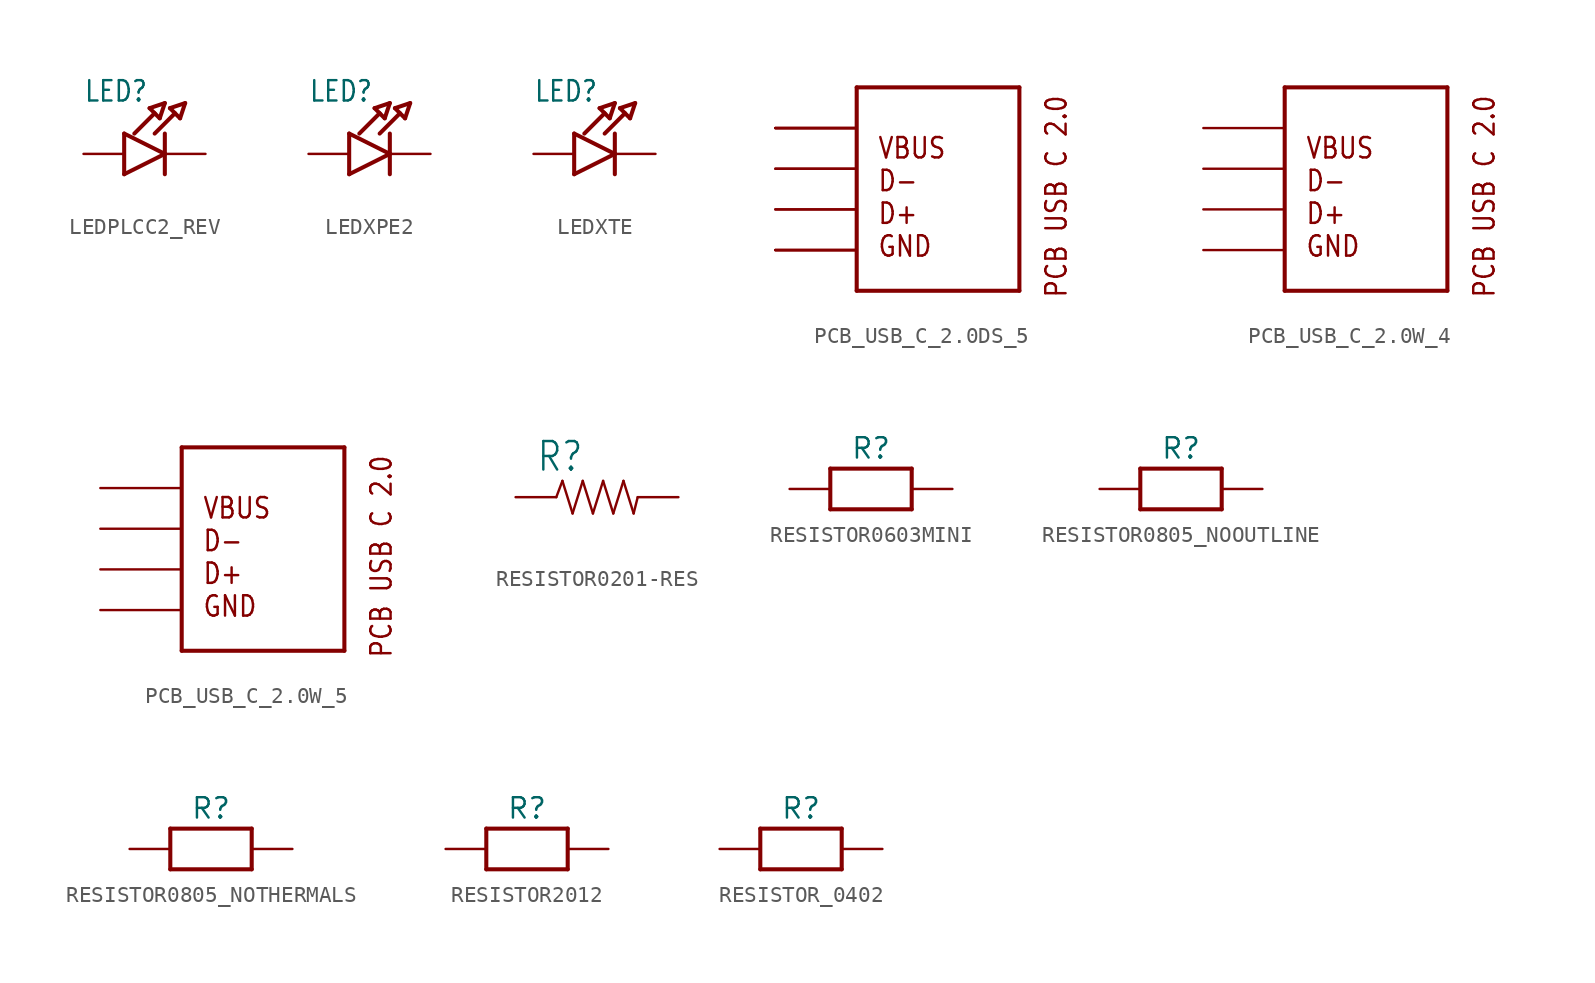
<source format=kicad_sym>
(kicad_symbol_lib
  (version 20231120)
  (generator "kicad_symbol_editor")
  (generator_version "8.0")
  (symbol "LEDPLCC2_REV"
    (property "Reference" "LED"
      (at -5.08 3.175 0)
      (effects (font (size 1.27 1.079)) (justify left bottom)))
    (property "Value" ""
      (at -5.08 -2.794 0)
      (effects (font (size 1.27 1.079)) (justify left bottom)))
    (property "ki_locked" ""
      (at 0 0 0)
      (effects (font (size 1.27 1.27))))
    (symbol "LEDPLCC2_REV_1_0"
      (polyline (pts (xy -2.54 -1.27) (xy 0 0)) (stroke (width 0.254) (type solid)) (fill (type none)))
      (polyline (pts (xy -2.54 1.27) (xy -2.54 -1.27)) (stroke (width 0.254) (type solid)) (fill (type none)))
      (polyline (pts (xy -1.905 1.27) (xy -0.635 2.54)) (stroke (width 0.254) (type solid)) (fill (type none)))
      (polyline (pts (xy -0.953 2.857) (xy -0.318 2.223)) (stroke (width 0.254) (type solid)) (fill (type none)))
      (polyline (pts (xy -0.635 1.27) (xy 0.635 2.54)) (stroke (width 0.254) (type solid)) (fill (type none)))
      (polyline (pts (xy -0.318 2.223) (xy 0 3.175)) (stroke (width 0.254) (type solid)) (fill (type none)))
      (polyline (pts (xy 0 0) (xy -2.54 1.27)) (stroke (width 0.254) (type solid)) (fill (type none)))
      (polyline (pts (xy 0 0) (xy 0 -1.27)) (stroke (width 0.254) (type solid)) (fill (type none)))
      (polyline (pts (xy 0 1.27) (xy 0 0)) (stroke (width 0.254) (type solid)) (fill (type none)))
      (polyline (pts (xy 0 3.175) (xy -0.953 2.857)) (stroke (width 0.254) (type solid)) (fill (type none)))
      (polyline (pts (xy 0.318 2.857) (xy 0.953 2.223)) (stroke (width 0.254) (type solid)) (fill (type none)))
      (polyline (pts (xy 0.953 2.223) (xy 1.27 3.175)) (stroke (width 0.254) (type solid)) (fill (type none)))
      (polyline (pts (xy 1.27 3.175) (xy 0.318 2.857)) (stroke (width 0.254) (type solid)) (fill (type none)))
      (pin passive line (at -5.08 0 0) (length 2.54) (name "A" (effects (font (size 0 0)))) (number "A" (effects (font (size 0 0)))))
      (pin passive line (at 2.54 0 180) (length 2.54) (name "C" (effects (font (size 0 0)))) (number "K" (effects (font (size 0 0)))))))
  (symbol "LEDXPE2"
    (property "Reference" "LED"
      (at -5.08 3.175 0)
      (effects (font (size 1.27 1.079)) (justify left bottom)))
    (property "Value" ""
      (at -5.08 -2.794 0)
      (effects (font (size 1.27 1.079)) (justify left bottom)))
    (property "ki_locked" ""
      (at 0 0 0)
      (effects (font (size 1.27 1.27))))
    (symbol "LEDXPE2_1_0"
      (polyline (pts (xy -2.54 -1.27) (xy 0 0)) (stroke (width 0.254) (type solid)) (fill (type none)))
      (polyline (pts (xy -2.54 1.27) (xy -2.54 -1.27)) (stroke (width 0.254) (type solid)) (fill (type none)))
      (polyline (pts (xy -1.905 1.27) (xy -0.635 2.54)) (stroke (width 0.254) (type solid)) (fill (type none)))
      (polyline (pts (xy -0.953 2.857) (xy -0.318 2.223)) (stroke (width 0.254) (type solid)) (fill (type none)))
      (polyline (pts (xy -0.635 1.27) (xy 0.635 2.54)) (stroke (width 0.254) (type solid)) (fill (type none)))
      (polyline (pts (xy -0.318 2.223) (xy 0 3.175)) (stroke (width 0.254) (type solid)) (fill (type none)))
      (polyline (pts (xy 0 0) (xy -2.54 1.27)) (stroke (width 0.254) (type solid)) (fill (type none)))
      (polyline (pts (xy 0 0) (xy 0 -1.27)) (stroke (width 0.254) (type solid)) (fill (type none)))
      (polyline (pts (xy 0 1.27) (xy 0 0)) (stroke (width 0.254) (type solid)) (fill (type none)))
      (polyline (pts (xy 0 3.175) (xy -0.953 2.857)) (stroke (width 0.254) (type solid)) (fill (type none)))
      (polyline (pts (xy 0.318 2.857) (xy 0.953 2.223)) (stroke (width 0.254) (type solid)) (fill (type none)))
      (polyline (pts (xy 0.953 2.223) (xy 1.27 3.175)) (stroke (width 0.254) (type solid)) (fill (type none)))
      (polyline (pts (xy 1.27 3.175) (xy 0.318 2.857)) (stroke (width 0.254) (type solid)) (fill (type none)))
      (pin passive line (at -5.08 0 0) (length 2.54) (name "A" (effects (font (size 0 0)))) (number "ANODE" (effects (font (size 0 0)))))
      (pin passive line (at 2.54 0 180) (length 2.54) (name "C" (effects (font (size 0 0)))) (number "CATHODE" (effects (font (size 0 0)))))))
  (symbol "LEDXTE"
    (property "Reference" "LED"
      (at -5.08 3.175 0)
      (effects (font (size 1.27 1.079)) (justify left bottom)))
    (property "Value" ""
      (at -5.08 -2.794 0)
      (effects (font (size 1.27 1.079)) (justify left bottom)))
    (property "ki_locked" ""
      (at 0 0 0)
      (effects (font (size 1.27 1.27))))
    (symbol "LEDXTE_1_0"
      (polyline (pts (xy -2.54 -1.27) (xy 0 0)) (stroke (width 0.254) (type solid)) (fill (type none)))
      (polyline (pts (xy -2.54 1.27) (xy -2.54 -1.27)) (stroke (width 0.254) (type solid)) (fill (type none)))
      (polyline (pts (xy -1.905 1.27) (xy -0.635 2.54)) (stroke (width 0.254) (type solid)) (fill (type none)))
      (polyline (pts (xy -0.953 2.857) (xy -0.318 2.223)) (stroke (width 0.254) (type solid)) (fill (type none)))
      (polyline (pts (xy -0.635 1.27) (xy 0.635 2.54)) (stroke (width 0.254) (type solid)) (fill (type none)))
      (polyline (pts (xy -0.318 2.223) (xy 0 3.175)) (stroke (width 0.254) (type solid)) (fill (type none)))
      (polyline (pts (xy 0 0) (xy -2.54 1.27)) (stroke (width 0.254) (type solid)) (fill (type none)))
      (polyline (pts (xy 0 0) (xy 0 -1.27)) (stroke (width 0.254) (type solid)) (fill (type none)))
      (polyline (pts (xy 0 1.27) (xy 0 0)) (stroke (width 0.254) (type solid)) (fill (type none)))
      (polyline (pts (xy 0 3.175) (xy -0.953 2.857)) (stroke (width 0.254) (type solid)) (fill (type none)))
      (polyline (pts (xy 0.318 2.857) (xy 0.953 2.223)) (stroke (width 0.254) (type solid)) (fill (type none)))
      (polyline (pts (xy 0.953 2.223) (xy 1.27 3.175)) (stroke (width 0.254) (type solid)) (fill (type none)))
      (polyline (pts (xy 1.27 3.175) (xy 0.318 2.857)) (stroke (width 0.254) (type solid)) (fill (type none)))
      (pin passive line (at -5.08 0 0) (length 2.54) (name "A" (effects (font (size 0 0)))) (number "ANODE" (effects (font (size 0 0)))))
      (pin passive line (at 2.54 0 180) (length 2.54) (name "C" (effects (font (size 0 0)))) (number "CATHODE" (effects (font (size 0 0)))))))
  (symbol "PCB_USB_C_2.0DS_5"
    (property "Reference" ""
      (at -1.778 5.842 0)
      (effects (font (size 1.27 1.079)) (justify left bottom) (hide yes)))
    (property "ki_locked" ""
      (at 0 0 0)
      (effects (font (size 1.27 1.27))))
    (symbol "PCB_USB_C_2.0DS_5_1_0"
      (polyline (pts (xy -2.54 -7.62) (xy 7.62 -7.62)) (stroke (width 0.254) (type solid)) (fill (type none)))
      (polyline (pts (xy -2.54 5.08) (xy -2.54 -7.62)) (stroke (width 0.254) (type solid)) (fill (type none)))
      (polyline (pts (xy -2.54 5.08) (xy 7.62 5.08)) (stroke (width 0.254) (type solid)) (fill (type none)))
      (polyline (pts (xy 7.62 -7.62) (xy 7.62 5.08)) (stroke (width 0.254) (type solid)) (fill (type none)))
      (text "PCB USB C 2.0" (at 10.668 -8.128 900) (effects (font (size 1.27 1.079)) (justify left bottom)))
      (text "VBUS\nD-\nD+\nGND" (at -1.27 -5.588 0) (effects (font (size 1.27 1.079)) (justify left bottom)))
      (pin bidirectional line (at -7.62 -5.08 0) (length 5.08) (name "GND" (effects (font (size 0 0)))) (number "A1" (effects (font (size 0 0)))))
      (pin bidirectional line (at -7.62 -5.08 0) (length 5.08) (name "GND" (effects (font (size 0 0)))) (number "A12" (effects (font (size 0 0)))))
      (pin bidirectional line (at -7.62 2.54 0) (length 5.08) (name "VBUS" (effects (font (size 0 0)))) (number "A4" (effects (font (size 0 0)))))
      (pin bidirectional line (at -7.62 -2.54 0) (length 5.08) (name "D+" (effects (font (size 0 0)))) (number "A6" (effects (font (size 0 0)))))
      (pin bidirectional line (at -7.62 0 0) (length 5.08) (name "D-" (effects (font (size 0 0)))) (number "A7" (effects (font (size 0 0)))))
      (pin bidirectional line (at -7.62 2.54 0) (length 5.08) (name "VBUS" (effects (font (size 0 0)))) (number "A9" (effects (font (size 0 0)))))
      (pin bidirectional line (at -7.62 -5.08 0) (length 5.08) (name "GND" (effects (font (size 0 0)))) (number "B1" (effects (font (size 0 0)))))
      (pin bidirectional line (at -7.62 -5.08 0) (length 5.08) (name "GND" (effects (font (size 0 0)))) (number "B12" (effects (font (size 0 0)))))
      (pin bidirectional line (at -7.62 2.54 0) (length 5.08) (name "VBUS" (effects (font (size 0 0)))) (number "B4" (effects (font (size 0 0)))))
      (pin bidirectional line (at -7.62 -2.54 0) (length 5.08) (name "D+" (effects (font (size 0 0)))) (number "B6" (effects (font (size 0 0)))))
      (pin bidirectional line (at -7.62 0 0) (length 5.08) (name "D-" (effects (font (size 0 0)))) (number "B7" (effects (font (size 0 0)))))
      (pin bidirectional line (at -7.62 2.54 0) (length 5.08) (name "VBUS" (effects (font (size 0 0)))) (number "B9" (effects (font (size 0 0)))))))
  (symbol "PCB_USB_C_2.0W_4"
    (property "Reference" ""
      (at -1.778 5.842 0)
      (effects (font (size 1.27 1.079)) (justify left bottom) (hide yes)))
    (property "ki_locked" ""
      (at 0 0 0)
      (effects (font (size 1.27 1.27))))
    (symbol "PCB_USB_C_2.0W_4_1_0"
      (polyline (pts (xy -2.54 -7.62) (xy 7.62 -7.62)) (stroke (width 0.254) (type solid)) (fill (type none)))
      (polyline (pts (xy -2.54 5.08) (xy -2.54 -7.62)) (stroke (width 0.254) (type solid)) (fill (type none)))
      (polyline (pts (xy -2.54 5.08) (xy 7.62 5.08)) (stroke (width 0.254) (type solid)) (fill (type none)))
      (polyline (pts (xy 7.62 -7.62) (xy 7.62 5.08)) (stroke (width 0.254) (type solid)) (fill (type none)))
      (text "PCB USB C 2.0" (at 10.668 -8.128 900) (effects (font (size 1.27 1.079)) (justify left bottom)))
      (text "VBUS\nD-\nD+\nGND" (at -1.27 -5.588 0) (effects (font (size 1.27 1.079)) (justify left bottom)))
      (pin bidirectional line (at -7.62 -2.54 0) (length 5.08) (name "D+" (effects (font (size 0 0)))) (number "D+" (effects (font (size 0 0)))))
      (pin bidirectional line (at -7.62 0 0) (length 5.08) (name "D-" (effects (font (size 0 0)))) (number "D-" (effects (font (size 0 0)))))
      (pin bidirectional line (at -7.62 -5.08 0) (length 5.08) (name "GND" (effects (font (size 0 0)))) (number "GND" (effects (font (size 0 0)))))
      (pin bidirectional line (at -7.62 2.54 0) (length 5.08) (name "VBUS" (effects (font (size 0 0)))) (number "VBUS" (effects (font (size 0 0)))))))
  (symbol "PCB_USB_C_2.0W_5"
    (property "Reference" ""
      (at -1.778 5.842 0)
      (effects (font (size 1.27 1.079)) (justify left bottom) (hide yes)))
    (property "ki_locked" ""
      (at 0 0 0)
      (effects (font (size 1.27 1.27))))
    (symbol "PCB_USB_C_2.0W_5_1_0"
      (polyline (pts (xy -2.54 -7.62) (xy 7.62 -7.62)) (stroke (width 0.254) (type solid)) (fill (type none)))
      (polyline (pts (xy -2.54 5.08) (xy -2.54 -7.62)) (stroke (width 0.254) (type solid)) (fill (type none)))
      (polyline (pts (xy -2.54 5.08) (xy 7.62 5.08)) (stroke (width 0.254) (type solid)) (fill (type none)))
      (polyline (pts (xy 7.62 -7.62) (xy 7.62 5.08)) (stroke (width 0.254) (type solid)) (fill (type none)))
      (text "PCB USB C 2.0" (at 10.668 -8.128 900) (effects (font (size 1.27 1.079)) (justify left bottom)))
      (text "VBUS\nD-\nD+\nGND" (at -1.27 -5.588 0) (effects (font (size 1.27 1.079)) (justify left bottom)))
      (pin bidirectional line (at -7.62 -2.54 0) (length 5.08) (name "D+" (effects (font (size 0 0)))) (number "D+" (effects (font (size 0 0)))))
      (pin bidirectional line (at -7.62 0 0) (length 5.08) (name "D-" (effects (font (size 0 0)))) (number "D-" (effects (font (size 0 0)))))
      (pin bidirectional line (at -7.62 -5.08 0) (length 5.08) (name "GND" (effects (font (size 0 0)))) (number "GND" (effects (font (size 0 0)))))
      (pin bidirectional line (at -7.62 2.54 0) (length 5.08) (name "VBUS" (effects (font (size 0 0)))) (number "VBUS" (effects (font (size 0 0)))))))
  (symbol "RESISTOR0201-RES"
    (property "Reference" "R"
      (at -3.81 1.499 0)
      (effects (font (size 1.778 1.511)) (justify left bottom)))
    (property "Value" ""
      (at -3.81 -3.302 0)
      (effects (font (size 1.778 1.511)) (justify left bottom)))
    (property "ki_locked" ""
      (at 0 0 0)
      (effects (font (size 1.27 1.27))))
    (symbol "RESISTOR0201-RES_1_0"
      (polyline (pts (xy -2.54 0) (xy -2.159 1.016)) (stroke (width 0.152) (type solid)) (fill (type none)))
      (polyline (pts (xy -2.159 1.016) (xy -1.524 -1.016)) (stroke (width 0.152) (type solid)) (fill (type none)))
      (polyline (pts (xy -1.524 -1.016) (xy -0.889 1.016)) (stroke (width 0.152) (type solid)) (fill (type none)))
      (polyline (pts (xy -0.889 1.016) (xy -0.254 -1.016)) (stroke (width 0.152) (type solid)) (fill (type none)))
      (polyline (pts (xy -0.254 -1.016) (xy 0.381 1.016)) (stroke (width 0.152) (type solid)) (fill (type none)))
      (polyline (pts (xy 0.381 1.016) (xy 1.016 -1.016)) (stroke (width 0.152) (type solid)) (fill (type none)))
      (polyline (pts (xy 1.016 -1.016) (xy 1.651 1.016)) (stroke (width 0.152) (type solid)) (fill (type none)))
      (polyline (pts (xy 1.651 1.016) (xy 2.286 -1.016)) (stroke (width 0.152) (type solid)) (fill (type none)))
      (polyline (pts (xy 2.286 -1.016) (xy 2.54 0)) (stroke (width 0.152) (type solid)) (fill (type none)))
      (pin passive line (at -5.08 0 0) (length 2.54) (name "1" (effects (font (size 0 0)))) (number "1" (effects (font (size 0 0)))))
      (pin passive line (at 5.08 0 180) (length 2.54) (name "2" (effects (font (size 0 0)))) (number "2" (effects (font (size 0 0)))))))
  (symbol "RESISTOR0603MINI"
    (property "Reference" "R"
      (at 0 2.54 0)
      (effects (font (size 1.27 1.27))))
    (property "Value" ""
      (at 0 0 0)
      (effects (font (size 1.016 1.016) (bold yes))))
    (property "ki_locked" ""
      (at 0 0 0)
      (effects (font (size 1.27 1.27))))
    (symbol "RESISTOR0603MINI_1_0"
      (polyline (pts (xy -2.54 -1.27) (xy -2.54 1.27)) (stroke (width 0.254) (type solid)) (fill (type none)))
      (polyline (pts (xy -2.54 1.27) (xy 2.54 1.27)) (stroke (width 0.254) (type solid)) (fill (type none)))
      (polyline (pts (xy 2.54 -1.27) (xy -2.54 -1.27)) (stroke (width 0.254) (type solid)) (fill (type none)))
      (polyline (pts (xy 2.54 1.27) (xy 2.54 -1.27)) (stroke (width 0.254) (type solid)) (fill (type none)))
      (pin passive line (at -5.08 0 0) (length 2.54) (name "1" (effects (font (size 0 0)))) (number "1" (effects (font (size 0 0)))))
      (pin passive line (at 5.08 0 180) (length 2.54) (name "2" (effects (font (size 0 0)))) (number "2" (effects (font (size 0 0)))))))
  (symbol "RESISTOR0805_NOOUTLINE"
    (property "Reference" "R"
      (at 0 2.54 0)
      (effects (font (size 1.27 1.27))))
    (property "Value" ""
      (at 0 0 0)
      (effects (font (size 1.016 1.016) (bold yes))))
    (property "ki_locked" ""
      (at 0 0 0)
      (effects (font (size 1.27 1.27))))
    (symbol "RESISTOR0805_NOOUTLINE_1_0"
      (polyline (pts (xy -2.54 -1.27) (xy -2.54 1.27)) (stroke (width 0.254) (type solid)) (fill (type none)))
      (polyline (pts (xy -2.54 1.27) (xy 2.54 1.27)) (stroke (width 0.254) (type solid)) (fill (type none)))
      (polyline (pts (xy 2.54 -1.27) (xy -2.54 -1.27)) (stroke (width 0.254) (type solid)) (fill (type none)))
      (polyline (pts (xy 2.54 1.27) (xy 2.54 -1.27)) (stroke (width 0.254) (type solid)) (fill (type none)))
      (pin passive line (at -5.08 0 0) (length 2.54) (name "1" (effects (font (size 0 0)))) (number "1" (effects (font (size 0 0)))))
      (pin passive line (at 5.08 0 180) (length 2.54) (name "2" (effects (font (size 0 0)))) (number "2" (effects (font (size 0 0)))))))
  (symbol "RESISTOR0805_NOTHERMALS"
    (property "Reference" "R"
      (at 0 2.54 0)
      (effects (font (size 1.27 1.27))))
    (property "Value" ""
      (at 0 0 0)
      (effects (font (size 1.016 1.016) (bold yes))))
    (property "ki_locked" ""
      (at 0 0 0)
      (effects (font (size 1.27 1.27))))
    (symbol "RESISTOR0805_NOTHERMALS_1_0"
      (polyline (pts (xy -2.54 -1.27) (xy -2.54 1.27)) (stroke (width 0.254) (type solid)) (fill (type none)))
      (polyline (pts (xy -2.54 1.27) (xy 2.54 1.27)) (stroke (width 0.254) (type solid)) (fill (type none)))
      (polyline (pts (xy 2.54 -1.27) (xy -2.54 -1.27)) (stroke (width 0.254) (type solid)) (fill (type none)))
      (polyline (pts (xy 2.54 1.27) (xy 2.54 -1.27)) (stroke (width 0.254) (type solid)) (fill (type none)))
      (pin passive line (at -5.08 0 0) (length 2.54) (name "1" (effects (font (size 0 0)))) (number "1" (effects (font (size 0 0)))))
      (pin passive line (at 5.08 0 180) (length 2.54) (name "2" (effects (font (size 0 0)))) (number "2" (effects (font (size 0 0)))))))
  (symbol "RESISTOR2012"
    (property "Reference" "R"
      (at 0 2.54 0)
      (effects (font (size 1.27 1.27))))
    (property "Value" ""
      (at 0 0 0)
      (effects (font (size 1.016 1.016) (bold yes))))
    (property "ki_locked" ""
      (at 0 0 0)
      (effects (font (size 1.27 1.27))))
    (symbol "RESISTOR2012_1_0"
      (polyline (pts (xy -2.54 -1.27) (xy -2.54 1.27)) (stroke (width 0.254) (type solid)) (fill (type none)))
      (polyline (pts (xy -2.54 1.27) (xy 2.54 1.27)) (stroke (width 0.254) (type solid)) (fill (type none)))
      (polyline (pts (xy 2.54 -1.27) (xy -2.54 -1.27)) (stroke (width 0.254) (type solid)) (fill (type none)))
      (polyline (pts (xy 2.54 1.27) (xy 2.54 -1.27)) (stroke (width 0.254) (type solid)) (fill (type none)))
      (pin passive line (at -5.08 0 0) (length 2.54) (name "1" (effects (font (size 0 0)))) (number "1" (effects (font (size 0 0)))))
      (pin passive line (at 5.08 0 180) (length 2.54) (name "2" (effects (font (size 0 0)))) (number "2" (effects (font (size 0 0)))))))
  (symbol "RESISTOR_0402"
    (property "Reference" "R"
      (at 0 2.54 0)
      (effects (font (size 1.27 1.27))))
    (property "Value" ""
      (at 0 0 0)
      (effects (font (size 1.016 1.016) (bold yes))))
    (property "ki_locked" ""
      (at 0 0 0)
      (effects (font (size 1.27 1.27))))
    (symbol "RESISTOR_0402_1_0"
      (polyline (pts (xy -2.54 -1.27) (xy -2.54 1.27)) (stroke (width 0.254) (type solid)) (fill (type none)))
      (polyline (pts (xy -2.54 1.27) (xy 2.54 1.27)) (stroke (width 0.254) (type solid)) (fill (type none)))
      (polyline (pts (xy 2.54 -1.27) (xy -2.54 -1.27)) (stroke (width 0.254) (type solid)) (fill (type none)))
      (polyline (pts (xy 2.54 1.27) (xy 2.54 -1.27)) (stroke (width 0.254) (type solid)) (fill (type none)))
      (pin passive line (at -5.08 0 0) (length 2.54) (name "1" (effects (font (size 0 0)))) (number "1" (effects (font (size 0 0)))))
      (pin passive line (at 5.08 0 180) (length 2.54) (name "2" (effects (font (size 0 0)))) (number "2" (effects (font (size 0 0))))))))
</source>
